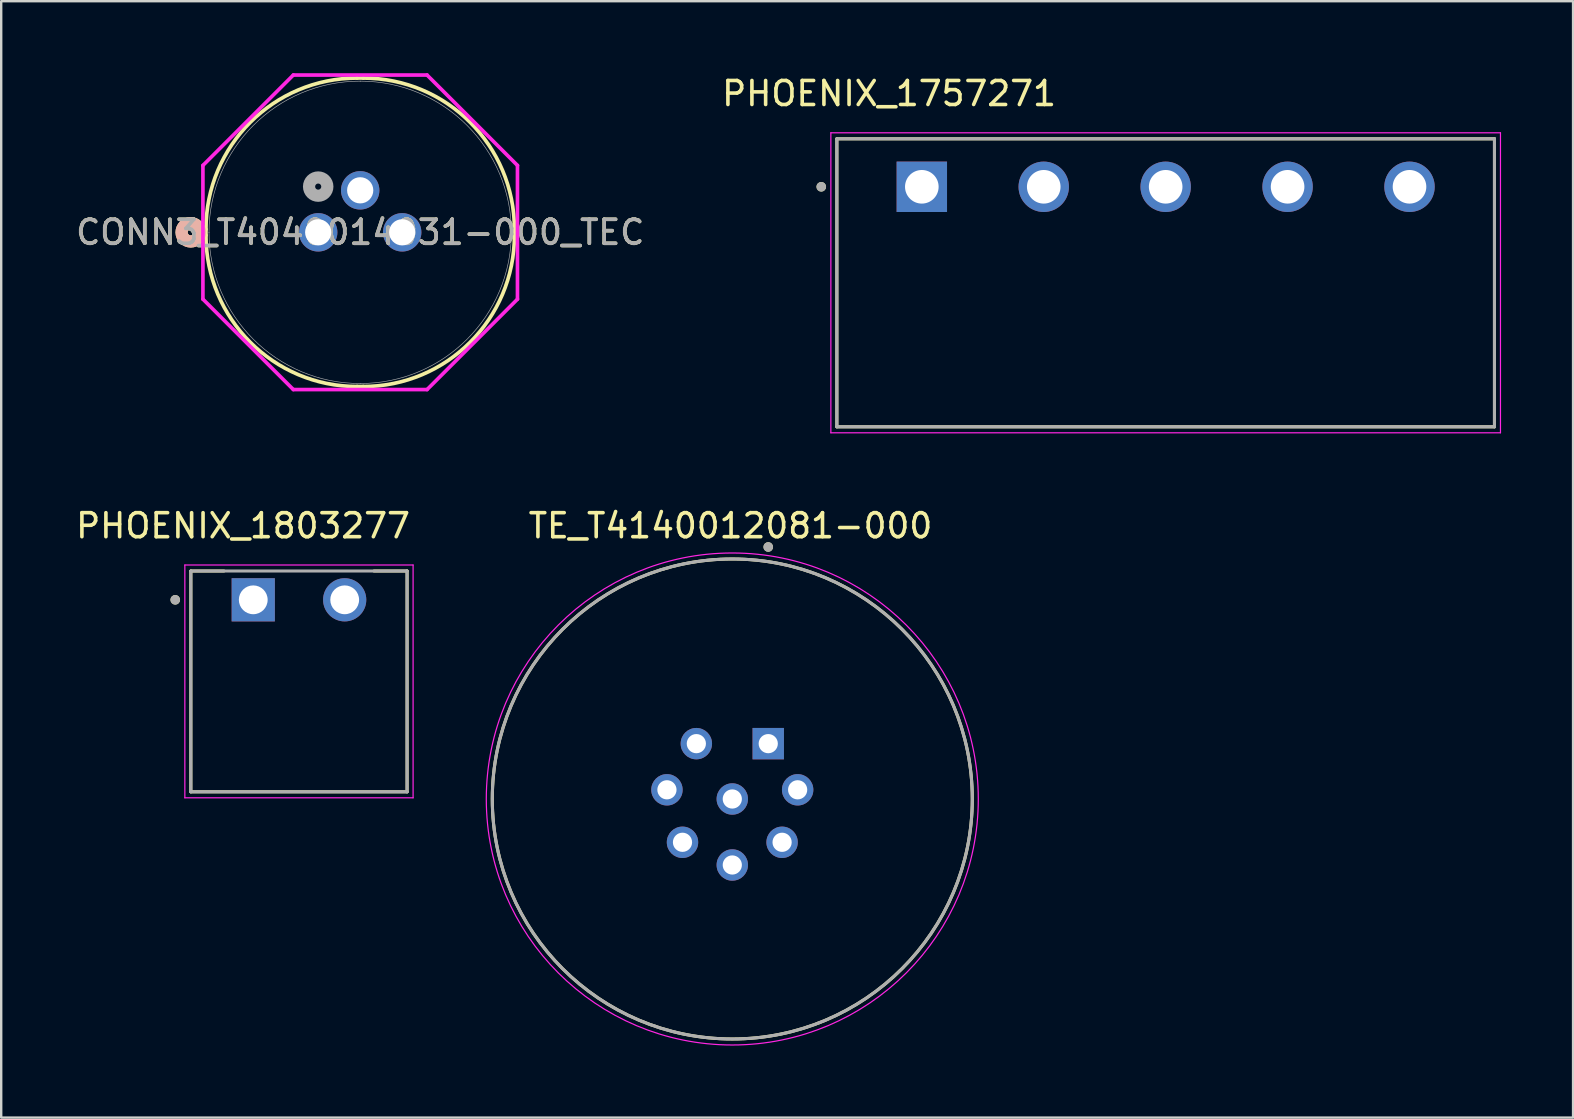
<source format=kicad_pcb>
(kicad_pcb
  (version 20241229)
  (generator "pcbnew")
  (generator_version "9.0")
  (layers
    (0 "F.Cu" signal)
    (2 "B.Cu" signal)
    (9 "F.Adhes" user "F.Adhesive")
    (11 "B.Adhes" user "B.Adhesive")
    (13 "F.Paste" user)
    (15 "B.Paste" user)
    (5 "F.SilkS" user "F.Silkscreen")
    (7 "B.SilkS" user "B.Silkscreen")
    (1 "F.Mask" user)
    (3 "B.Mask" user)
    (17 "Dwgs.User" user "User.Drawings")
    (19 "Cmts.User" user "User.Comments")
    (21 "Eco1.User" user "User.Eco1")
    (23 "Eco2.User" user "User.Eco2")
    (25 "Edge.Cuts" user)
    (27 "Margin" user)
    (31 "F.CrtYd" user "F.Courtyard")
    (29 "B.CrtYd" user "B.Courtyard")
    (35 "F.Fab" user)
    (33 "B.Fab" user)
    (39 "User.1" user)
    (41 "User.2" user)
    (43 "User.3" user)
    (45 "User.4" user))
  (footprint "TE_T4140012081-000"
    (layer "F.Cu")
    (at 27.462 30.241)
    (property "Reference" "TE_T4140012081-000" (at -0.075 -11.385 0) (layer "F.SilkS") (effects (font (size 1 1) (thickness 0.15))))
    (attr through_hole)
    (fp_circle (center 0 0) (end 10 0) (stroke (width 0.127) (type solid)) (fill no) (layer "F.SilkS"))
    (fp_circle (center 1.498 -10.5) (end 1.598 -10.5) (stroke (width 0.2) (type solid)) (fill no) (layer "F.SilkS"))
    (fp_circle (center 0 0) (end 10.25 0) (stroke (width 0.05) (type solid)) (fill no) (layer "F.CrtYd"))
    (fp_circle (center 0 0) (end 10 0) (stroke (width 0.127) (type solid)) (fill no) (layer "F.Fab"))
    (fp_circle (center 1.498 -10.5) (end 1.598 -10.5) (stroke (width 0.2) (type solid)) (fill no) (layer "F.Fab"))
    (pad "1" thru_hole rect (at 1.498 -2.306) (size 1.308 1.308) (drill 0.8) (layers "*.Cu" "*.Mask"))
    (pad "2" thru_hole circle (at -1.498 -2.306) (size 1.308 1.308) (drill 0.8) (layers "*.Cu" "*.Mask"))
    (pad "3" thru_hole circle (at -2.723 -0.383) (size 1.308 1.308) (drill 0.8) (layers "*.Cu" "*.Mask"))
    (pad "4" thru_hole circle (at -2.075 1.804) (size 1.308 1.308) (drill 0.8) (layers "*.Cu" "*.Mask"))
    (pad "5" thru_hole circle (at 0 2.75) (size 1.308 1.308) (drill 0.8) (layers "*.Cu" "*.Mask"))
    (pad "6" thru_hole circle (at 2.075 1.804) (size 1.308 1.308) (drill 0.8) (layers "*.Cu" "*.Mask"))
    (pad "7" thru_hole circle (at 2.723 -0.383) (size 1.308 1.308) (drill 0.8) (layers "*.Cu" "*.Mask"))
    (pad "8" thru_hole circle (at 0 0) (size 1.308 1.308) (drill 0.8) (layers "*.Cu" "*.Mask")))
  (footprint "PHOENIX_1757271"
    (layer "F.Cu")
    (at 31.819 14.733)
    (property "Reference" "PHOENIX_1757271" (at 2.175 -13.885 0) (layer "F.SilkS") (effects (font (size 1 1) (thickness 0.15))))
    (attr through_hole)
    (fp_line (start 0 0) (end 0 -12) (stroke (width 0.127) (type solid)) (layer "F.SilkS"))
    (fp_line (start 27.4 -12) (end 0 -12) (stroke (width 0.127) (type solid)) (layer "F.SilkS"))
    (fp_line (start 27.4 -12) (end 27.4 0) (stroke (width 0.127) (type solid)) (layer "F.SilkS"))
    (fp_line (start 27.4 0) (end 0 0) (stroke (width 0.127) (type solid)) (layer "F.SilkS"))
    (fp_circle (center -0.65 -10) (end -0.55 -10) (stroke (width 0.2) (type solid)) (fill no) (layer "F.SilkS"))
    (fp_line (start -0.25 -12.25) (end 27.65 -12.25) (stroke (width 0.05) (type solid)) (layer "F.CrtYd"))
    (fp_line (start -0.25 0.25) (end -0.25 -12.25) (stroke (width 0.05) (type solid)) (layer "F.CrtYd"))
    (fp_line (start 27.65 -12.25) (end 27.65 0.25) (stroke (width 0.05) (type solid)) (layer "F.CrtYd"))
    (fp_line (start 27.65 0.25) (end -0.25 0.25) (stroke (width 0.05) (type solid)) (layer "F.CrtYd"))
    (fp_line (start 0 -12) (end 27.4 -12) (stroke (width 0.127) (type solid)) (layer "F.Fab"))
    (fp_line (start 0 0) (end 0 -12) (stroke (width 0.127) (type solid)) (layer "F.Fab"))
    (fp_line (start 27.4 -12) (end 27.4 0) (stroke (width 0.127) (type solid)) (layer "F.Fab"))
    (fp_line (start 27.4 0) (end 0 0) (stroke (width 0.127) (type solid)) (layer "F.Fab"))
    (fp_circle (center -0.65 -10) (end -0.55 -10) (stroke (width 0.2) (type solid)) (fill no) (layer "F.Fab"))
    (pad "01" thru_hole rect (at 3.54 -10) (size 2.1 2.1) (drill 1.4) (layers "*.Cu" "*.Mask"))
    (pad "02" thru_hole circle (at 8.62 -10) (size 2.1 2.1) (drill 1.4) (layers "*.Cu" "*.Mask"))
    (pad "03" thru_hole circle (at 13.7 -10) (size 2.1 2.1) (drill 1.4) (layers "*.Cu" "*.Mask"))
    (pad "04" thru_hole circle (at 18.78 -10) (size 2.1 2.1) (drill 1.4) (layers "*.Cu" "*.Mask"))
    (pad "05" thru_hole circle (at 23.86 -10) (size 2.1 2.1) (drill 1.4) (layers "*.Cu" "*.Mask")))
  (footprint "CONN3_T4040014031-000_TEC"
    (layer "F.Cu")
    (at 10.208 6.63)
    (property "Reference" "CONN3_T4040014031-000_TEC" (at 1.75 0 0) (unlocked yes) (layer "F.SilkS") (effects (font (size 1 1) (thickness 0.15))))
    (attr through_hole)
    (fp_line (start -4.676 -0.128) (end -4.676 0.126) (stroke (width 0.152) (type solid)) (layer "F.SilkS"))
    (fp_line (start 1.623 6.425) (end 1.877 6.425) (stroke (width 0.152) (type solid)) (layer "F.SilkS"))
    (fp_line (start 1.877 -6.427) (end 1.623 -6.427) (stroke (width 0.152) (type solid)) (layer "F.SilkS"))
    (fp_line (start 8.176 0.126) (end 8.176 -0.128) (stroke (width 0.152) (type solid)) (layer "F.SilkS"))
    (fp_arc (start -4.6762 -0.1278) (mid -2.831207 -4.582007) (end 1.623 -6.427) (stroke (width 0.1524) (type solid)) (layer "F.SilkS"))
    (fp_arc (start 1.623 6.4254) (mid -2.831207 4.580407) (end -4.6762 0.1262) (stroke (width 0.1524) (type solid)) (layer "F.SilkS"))
    (fp_arc (start 1.877 -6.427) (mid 6.331207 -4.582007) (end 8.1762 -0.1278) (stroke (width 0.1524) (type solid)) (layer "F.SilkS"))
    (fp_arc (start 8.1762 0.1262) (mid 6.331207 4.580407) (end 1.877 6.4254) (stroke (width 0.1524) (type solid)) (layer "F.SilkS"))
    (fp_circle (center -5.311 0) (end -4.93 0) (stroke (width 0.508) (type solid)) (fill no) (layer "F.SilkS"))
    (fp_circle (center -5.311 0) (end -4.93 0) (stroke (width 0.508) (type solid)) (fill no) (layer "B.SilkS"))
    (fp_line (start -4.803 2.785) (end -4.803 -2.787) (stroke (width 0.152) (type solid)) (layer "F.CrtYd"))
    (fp_line (start -4.803 2.785) (end -1.036 6.552) (stroke (width 0.152) (type solid)) (layer "F.CrtYd"))
    (fp_line (start -1.036 -6.554) (end -4.803 -2.787) (stroke (width 0.152) (type solid)) (layer "F.CrtYd"))
    (fp_line (start -1.036 -6.554) (end 4.536 -6.554) (stroke (width 0.152) (type solid)) (layer "F.CrtYd"))
    (fp_line (start 4.536 6.552) (end -1.036 6.552) (stroke (width 0.152) (type solid)) (layer "F.CrtYd"))
    (fp_line (start 4.536 6.552) (end 8.303 2.785) (stroke (width 0.152) (type solid)) (layer "F.CrtYd"))
    (fp_line (start 8.303 -2.787) (end 4.536 -6.554) (stroke (width 0.152) (type solid)) (layer "F.CrtYd"))
    (fp_line (start 8.303 2.785) (end 8.303 -2.787) (stroke (width 0.152) (type solid)) (layer "F.CrtYd"))
    (fp_line (start -4.549 0) (end -4.549 0) (stroke (width 0.025) (type solid)) (layer "F.Fab"))
    (fp_line (start 1.75 -6.3) (end 1.75 -6.3) (stroke (width 0.025) (type solid)) (layer "F.Fab"))
    (fp_line (start 1.75 6.298) (end 1.75 6.298) (stroke (width 0.025) (type solid)) (layer "F.Fab"))
    (fp_line (start 8.049 0) (end 8.049 0) (stroke (width 0.025) (type solid)) (layer "F.Fab"))
    (fp_arc (start -4.5492 0) (mid -2.704207 -4.454207) (end 1.75 -6.2992) (stroke (width 0.0254) (type solid)) (layer "F.Fab"))
    (fp_arc (start 1.75 -6.2992) (mid 6.204207 -4.454207) (end 8.0492 0) (stroke (width 0.0254) (type solid)) (layer "F.Fab"))
    (fp_arc (start 1.75 6.2992) (mid -2.704207 4.454207) (end -4.5492 0) (stroke (width 0.0254) (type solid)) (layer "F.Fab"))
    (fp_arc (start 8.0492 0) (mid 6.204207 4.454207) (end 1.75 6.2992) (stroke (width 0.0254) (type solid)) (layer "F.Fab"))
    (fp_circle (center 0 -1.905) (end 0.381 -1.905) (stroke (width 0.508) (type solid)) (fill no) (layer "F.Fab"))
    (fp_text user "${REFERENCE}" (at 1.75 0 0) (unlocked yes) (layer "F.Fab") (effects (font (size 1 1) (thickness 0.15))))
    (pad "1" thru_hole circle (at 0 0) (size 1.6 1.6) (drill 1.092) (layers "*.Cu" "*.Mask"))
    (pad "3" thru_hole circle (at 3.5 0) (size 1.6 1.6) (drill 1.092) (layers "*.Cu" "*.Mask"))
    (pad "4" thru_hole circle (at 1.75 -1.75) (size 1.6 1.6) (drill 1.092) (layers "*.Cu" "*.Mask")))
  (footprint "PHOENIX_1803277"
    (layer "F.Cu")
    (at 4.902 29.942)
    (property "Reference" "PHOENIX_1803277" (at 2.175 -11.085 0) (layer "F.SilkS") (effects (font (size 1 1) (thickness 0.15))))
    (attr through_hole)
    (fp_line (start 0 -9.2) (end 1.38 -9.2) (stroke (width 0.127) (type solid)) (layer "F.SilkS"))
    (fp_line (start 0 0) (end 0 -9.2) (stroke (width 0.127) (type solid)) (layer "F.SilkS"))
    (fp_line (start 0 0) (end 9.01 0) (stroke (width 0.127) (type solid)) (layer "F.SilkS"))
    (fp_line (start 7.63 -9.2) (end 9.01 -9.2) (stroke (width 0.127) (type solid)) (layer "F.SilkS"))
    (fp_line (start 9.01 -9.2) (end 9.01 0) (stroke (width 0.127) (type solid)) (layer "F.SilkS"))
    (fp_circle (center -0.65 -8) (end -0.55 -8) (stroke (width 0.2) (type solid)) (fill no) (layer "F.SilkS"))
    (fp_line (start -0.25 -9.45) (end 9.26 -9.45) (stroke (width 0.05) (type solid)) (layer "F.CrtYd"))
    (fp_line (start -0.25 0.25) (end -0.25 -9.45) (stroke (width 0.05) (type solid)) (layer "F.CrtYd"))
    (fp_line (start 9.26 -9.45) (end 9.26 0.25) (stroke (width 0.05) (type solid)) (layer "F.CrtYd"))
    (fp_line (start 9.26 0.25) (end -0.25 0.25) (stroke (width 0.05) (type solid)) (layer "F.CrtYd"))
    (fp_line (start 0 -9.2) (end 9.01 -9.2) (stroke (width 0.127) (type solid)) (layer "F.Fab"))
    (fp_line (start 0 0) (end 0 -9.2) (stroke (width 0.127) (type solid)) (layer "F.Fab"))
    (fp_line (start 9.01 -9.2) (end 9.01 0) (stroke (width 0.127) (type solid)) (layer "F.Fab"))
    (fp_line (start 9.01 0) (end 0 0) (stroke (width 0.127) (type solid)) (layer "F.Fab"))
    (fp_circle (center -0.65 -8) (end -0.55 -8) (stroke (width 0.2) (type solid)) (fill no) (layer "F.Fab"))
    (pad "01" thru_hole rect (at 2.6 -8) (size 1.8 1.8) (drill 1.2) (layers "*.Cu" "*.Mask"))
    (pad "02" thru_hole circle (at 6.41 -8) (size 1.8 1.8) (drill 1.2) (layers "*.Cu" "*.Mask")))
  (gr_rect
    (start -3 -3)
    (end 62.494 43.517)
    (stroke (width 0.1) (type default))
    (fill no)
    (layer "Edge.Cuts")))
</source>
